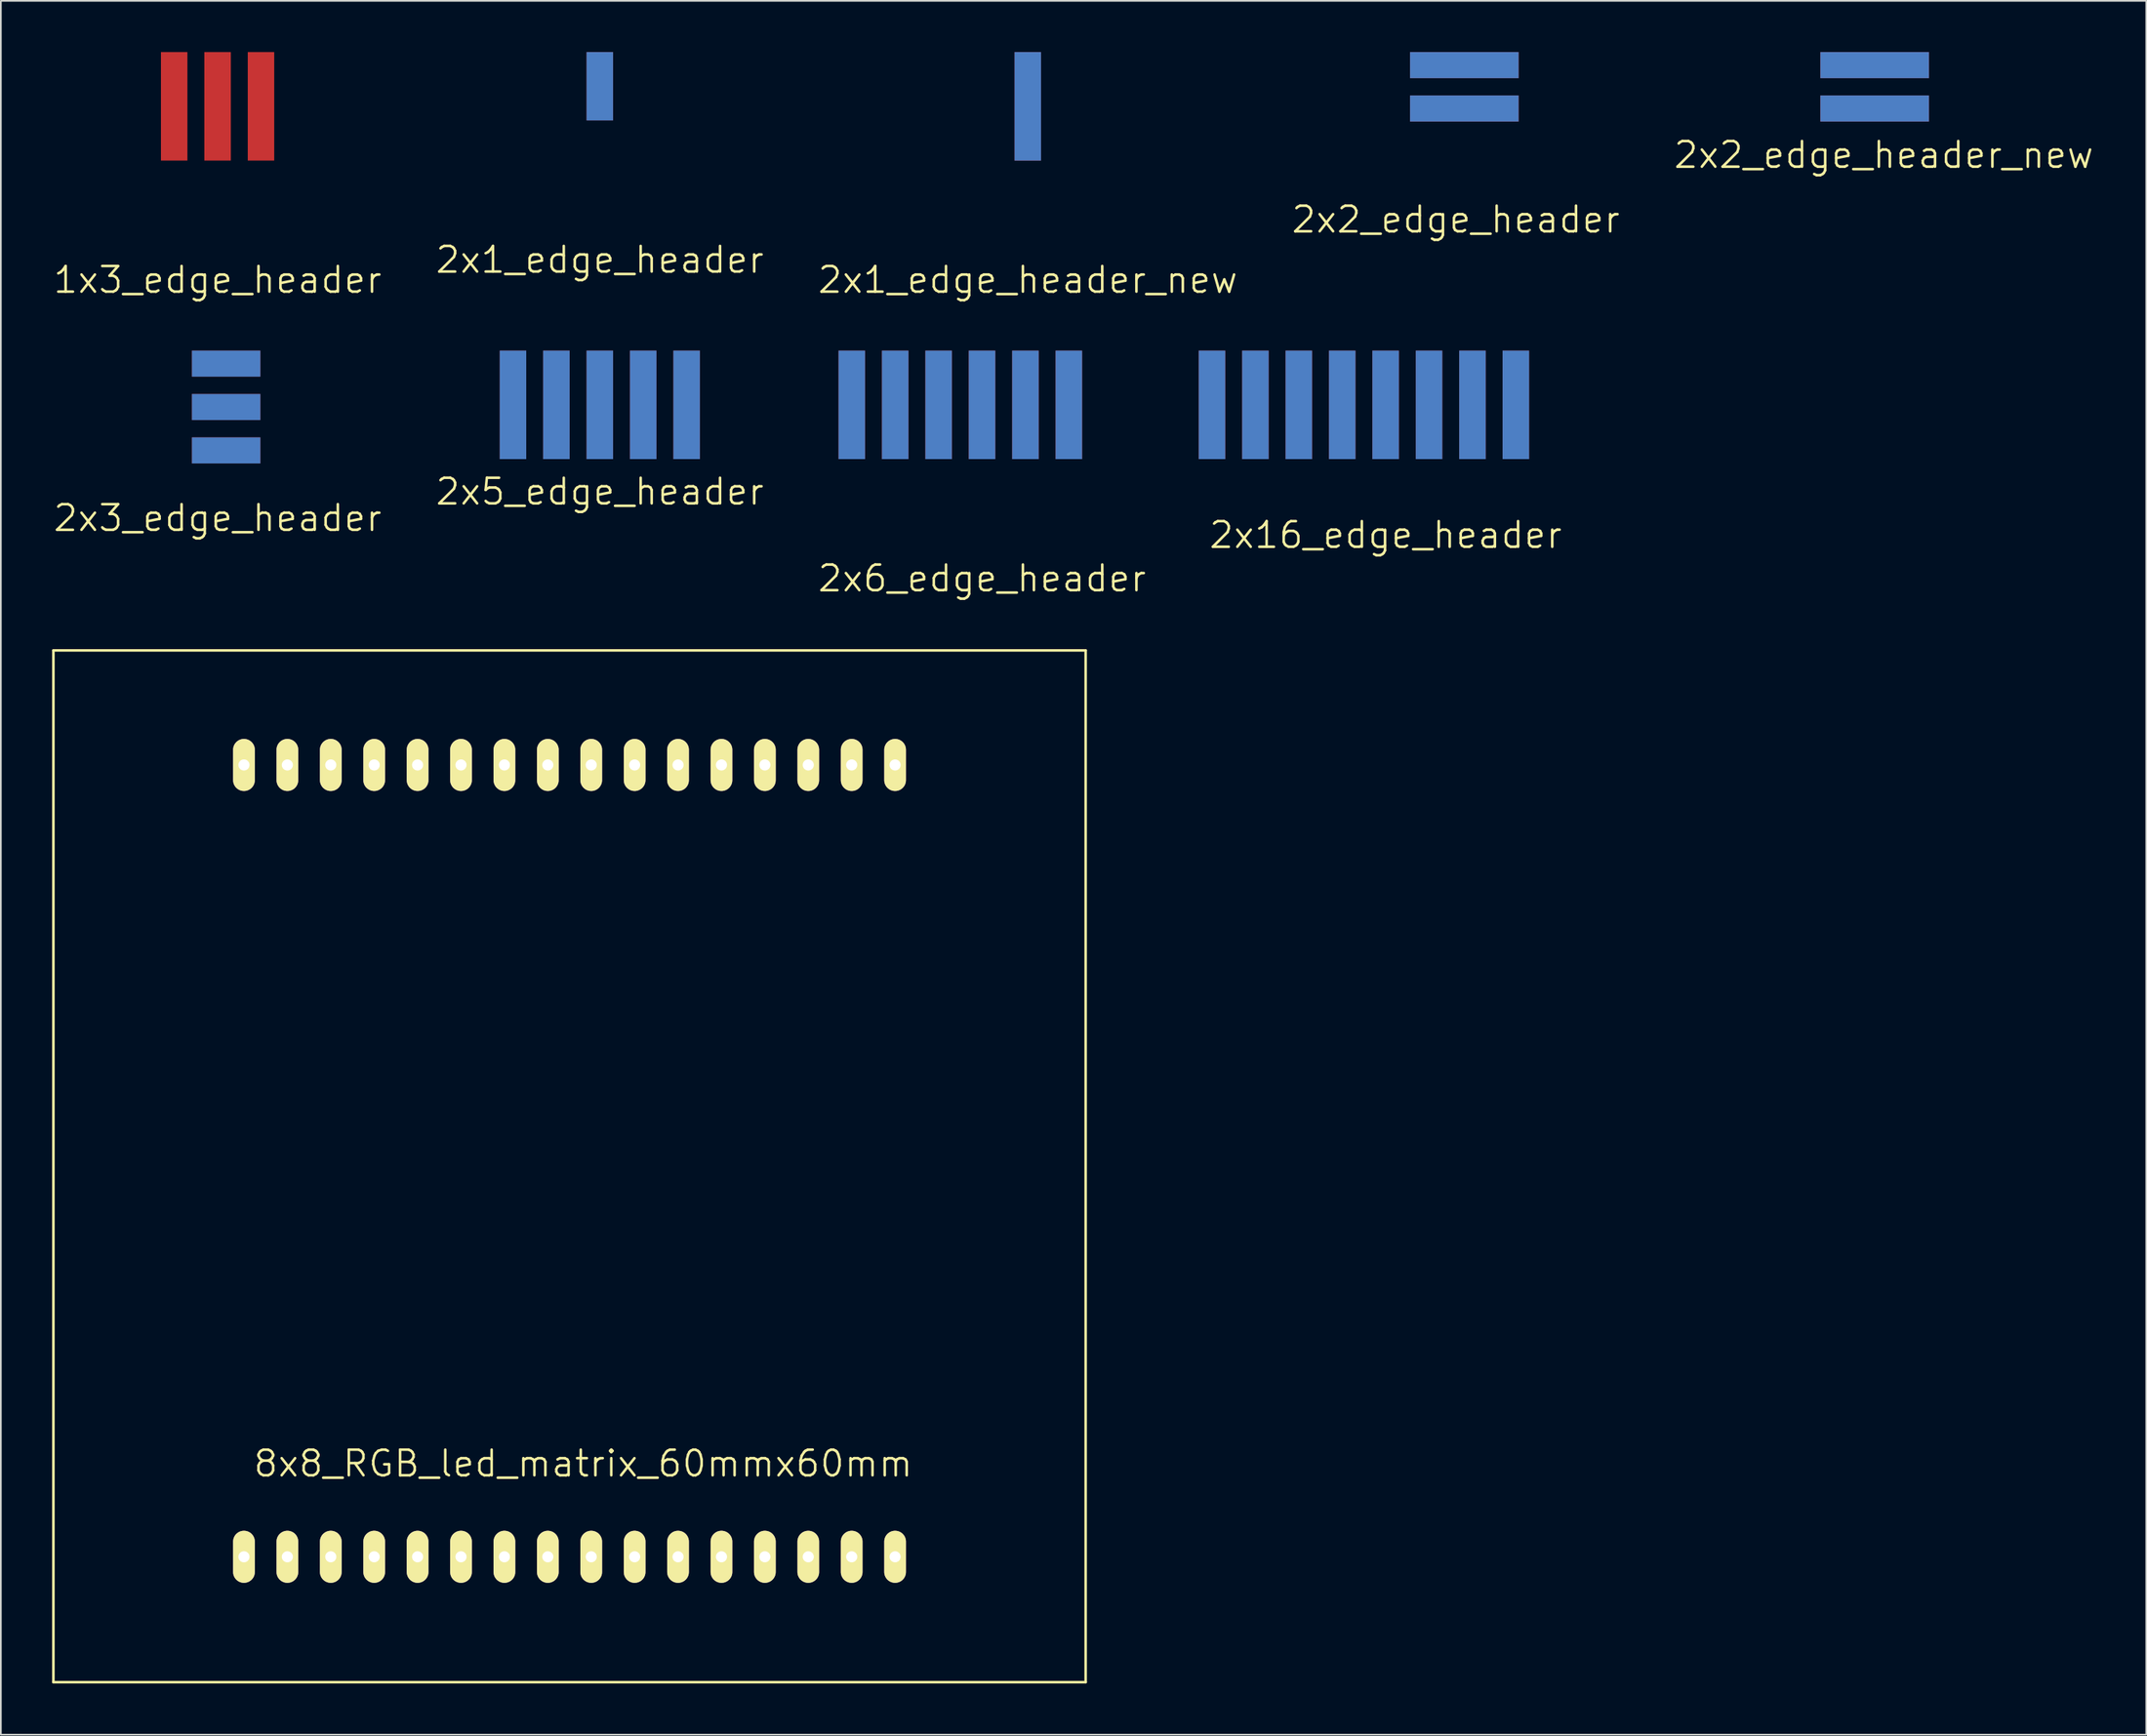
<source format=kicad_pcb>
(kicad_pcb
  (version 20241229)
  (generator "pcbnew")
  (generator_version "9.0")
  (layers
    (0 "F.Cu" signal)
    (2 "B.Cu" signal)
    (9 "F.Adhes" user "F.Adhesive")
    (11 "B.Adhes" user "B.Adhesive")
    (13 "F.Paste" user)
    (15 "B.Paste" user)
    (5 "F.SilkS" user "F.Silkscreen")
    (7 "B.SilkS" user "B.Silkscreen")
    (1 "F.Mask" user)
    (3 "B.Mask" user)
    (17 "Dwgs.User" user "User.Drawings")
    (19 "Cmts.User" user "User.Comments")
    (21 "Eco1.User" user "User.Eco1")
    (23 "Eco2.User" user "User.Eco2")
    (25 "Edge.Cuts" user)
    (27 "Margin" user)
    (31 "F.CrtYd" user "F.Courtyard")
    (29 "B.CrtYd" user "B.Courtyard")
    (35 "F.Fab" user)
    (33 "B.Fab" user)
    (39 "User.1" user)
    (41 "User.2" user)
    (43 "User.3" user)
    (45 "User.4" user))
  (footprint "2x6_edge_header"
    (layer "F.Cu")
    (at 54.411 20.651)
    (property "Reference" "2x6_edge_header" (at 0 10.16 0) (layer "F.SilkS") (effects (font (size 1.5 1.5) (thickness 0.15))))
    (attr through_hole)
    (pad "1" connect rect (at -7.62 0) (size 1.549 6.35) (layers "F.Mask" "B.Cu"))
    (pad "2" connect rect (at -7.62 0) (size 1.549 6.35) (layers "F.Cu" "F.Mask"))
    (pad "3" connect rect (at -5.08 0) (size 1.549 6.35) (layers "F.Mask" "B.Cu"))
    (pad "4" connect rect (at -5.08 0) (size 1.549 6.35) (layers "F.Cu" "F.Mask"))
    (pad "5" connect rect (at -2.54 0) (size 1.549 6.35) (layers "F.Mask" "B.Cu"))
    (pad "6" connect rect (at -2.54 0) (size 1.549 6.35) (layers "F.Cu" "F.Mask"))
    (pad "7" connect rect (at 0 0) (size 1.549 6.35) (layers "F.Mask" "B.Cu"))
    (pad "8" connect rect (at 0 0) (size 1.549 6.35) (layers "F.Cu" "F.Mask"))
    (pad "9" connect rect (at 2.54 0) (size 1.549 6.35) (layers "F.Mask" "B.Cu"))
    (pad "10" connect rect (at 2.54 0) (size 1.549 6.35) (layers "F.Cu" "F.Mask"))
    (pad "11" connect rect (at 5.08 0) (size 1.549 6.35) (layers "F.Mask" "B.Cu"))
    (pad "12" connect rect (at 5.08 0) (size 1.549 6.35) (layers "F.Cu" "F.Mask")))
  (footprint "2x3_edge_header"
    (layer "F.Cu")
    (at 10.182 20.778)
    (property "Reference" "2x3_edge_header" (at -0.5 6.5 0) (layer "F.SilkS") (effects (font (size 1.5 1.5) (thickness 0.15))))
    (attr through_hole)
    (pad "1" connect rect (at 0 -2.54) (size 4 1.524) (layers "*.Mask" "B.Cu"))
    (pad "2" connect rect (at 0 -2.54) (size 4 1.524) (layers "*.Mask" "F.Cu"))
    (pad "3" connect rect (at 0 0) (size 4 1.524) (layers "*.Mask" "B.Cu"))
    (pad "4" connect rect (at 0 0) (size 4 1.524) (layers "*.Mask" "F.Cu"))
    (pad "5" connect rect (at 0 2.54) (size 4 1.524) (layers "*.Mask" "B.Cu"))
    (pad "6" connect rect (at 0 2.54) (size 4 1.524) (layers "*.Mask" "F.Cu")))
  (footprint "2x1_edge_header_new"
    (layer "F.Cu")
    (at 57.089 3.175)
    (property "Reference" "2x1_edge_header_new" (at 0 10.16 0) (layer "F.SilkS") (effects (font (size 1.5 1.5) (thickness 0.15))))
    (attr through_hole)
    (pad "1" connect rect (at 0 0) (size 1.549 6.35) (layers "*.Mask" "B.Cu"))
    (pad "2" connect rect (at 0 0) (size 1.549 6.35) (layers "*.Mask" "F.Cu")))
  (footprint "2x16_edge_header"
    (layer "F.Cu")
    (at 78.028 20.651)
    (property "Reference" "2x16_edge_header" (at 0 7.62 0) (layer "F.SilkS") (effects (font (size 1.5 1.5) (thickness 0.15))))
    (attr through_hole)
    (pad "1" connect rect (at -10.16 0) (size 1.549 6.35) (layers "F.Mask" "B.Cu"))
    (pad "2" connect rect (at -10.16 0) (size 1.549 6.35) (layers "F.Cu" "F.Mask"))
    (pad "3" connect rect (at -7.62 0) (size 1.549 6.35) (layers "F.Mask" "B.Cu"))
    (pad "4" connect rect (at -7.62 0) (size 1.549 6.35) (layers "F.Cu" "F.Mask"))
    (pad "5" connect rect (at -5.08 0) (size 1.549 6.35) (layers "F.Mask" "B.Cu"))
    (pad "6" connect rect (at -5.08 0) (size 1.549 6.35) (layers "F.Cu" "F.Mask"))
    (pad "7" connect rect (at -2.54 0) (size 1.549 6.35) (layers "F.Mask" "B.Cu"))
    (pad "8" connect rect (at -2.54 0) (size 1.549 6.35) (layers "F.Cu" "F.Mask"))
    (pad "9" connect rect (at 0 0) (size 1.549 6.35) (layers "F.Mask" "B.Cu"))
    (pad "10" connect rect (at 0 0) (size 1.549 6.35) (layers "F.Cu" "F.Mask"))
    (pad "11" connect rect (at 2.54 0) (size 1.549 6.35) (layers "F.Mask" "B.Cu"))
    (pad "12" connect rect (at 2.54 0) (size 1.549 6.35) (layers "F.Cu" "F.Mask"))
    (pad "13" connect rect (at 5.08 0) (size 1.549 6.35) (layers "F.Mask" "B.Cu"))
    (pad "14" connect rect (at 5.08 0) (size 1.549 6.35) (layers "F.Cu" "F.Mask"))
    (pad "15" connect rect (at 7.62 0) (size 1.549 6.35) (layers "F.Mask" "B.Cu"))
    (pad "16" connect rect (at 7.62 0) (size 1.549 6.35) (layers "F.Cu" "F.Mask")))
  (footprint "2x2_edge_header_new"
    (layer "F.Cu")
    (at 106.642 3.302)
    (property "Reference" "2x2_edge_header_new" (at 0.533 2.718 0) (layer "F.SilkS") (effects (font (size 1.5 1.5) (thickness 0.15))))
    (attr through_hole)
    (pad "1" connect rect (at 0 -2.54) (size 6.35 1.524) (layers "B.Cu" "B.Mask"))
    (pad "2" connect rect (at 0 -2.54) (size 6.35 1.524) (layers "F.Cu" "F.Mask"))
    (pad "3" connect rect (at 0 0) (size 6.35 1.524) (layers "B.Cu" "B.Mask"))
    (pad "4" connect rect (at 0 0) (size 6.35 1.524) (layers "F.Cu" "F.Mask")))
  (footprint "2x1_edge_header"
    (layer "F.Cu")
    (at 32.046 2)
    (property "Reference" "2x1_edge_header" (at 0 10.16 0) (layer "F.SilkS") (effects (font (size 1.5 1.5) (thickness 0.15))))
    (attr through_hole)
    (pad "1" connect rect (at 0 0) (size 1.549 4) (layers "F.Mask" "B.Cu"))
    (pad "2" connect rect (at 0 0) (size 1.549 4) (layers "F.Cu" "F.Mask")))
  (footprint "2x5_edge_header"
    (layer "F.Cu")
    (at 32.046 20.651)
    (property "Reference" "2x5_edge_header" (at 0 5.08 0) (layer "F.SilkS") (effects (font (size 1.5 1.5) (thickness 0.15))))
    (attr through_hole)
    (pad "1" connect rect (at -5.08 0) (size 1.549 6.35) (layers "F.Mask" "B.Cu"))
    (pad "2" connect rect (at -5.08 0) (size 1.549 6.35) (layers "F.Cu" "F.Mask"))
    (pad "3" connect rect (at -2.54 0) (size 1.549 6.35) (layers "F.Mask" "B.Cu"))
    (pad "4" connect rect (at -2.54 0) (size 1.549 6.35) (layers "F.Cu" "F.Mask"))
    (pad "5" connect rect (at 0 0) (size 1.549 6.35) (layers "F.Mask" "B.Cu"))
    (pad "6" connect rect (at 0 0) (size 1.549 6.35) (layers "F.Cu" "F.Mask"))
    (pad "7" connect rect (at 2.54 0) (size 1.549 6.35) (layers "F.Mask" "B.Cu"))
    (pad "8" connect rect (at 2.54 0) (size 1.549 6.35) (layers "F.Cu" "F.Mask"))
    (pad "9" connect rect (at 5.08 0) (size 1.549 6.35) (layers "F.Mask" "B.Cu"))
    (pad "10" connect rect (at 5.08 0) (size 1.549 6.35) (layers "F.Cu" "F.Mask")))
  (footprint "1x3_edge_header"
    (layer "F.Cu")
    (at 9.682 3.175)
    (property "Reference" "1x3_edge_header" (at 0 10.16 0) (layer "F.SilkS") (effects (font (size 1.5 1.5) (thickness 0.15))))
    (attr through_hole)
    (pad "1" connect rect (at -2.54 0) (size 1.549 6.35) (layers "F.Cu" "F.Mask"))
    (pad "2" connect rect (at 0 0) (size 1.549 6.35) (layers "F.Cu" "F.Mask"))
    (pad "3" connect rect (at 2.54 0) (size 1.549 6.35) (layers "F.Cu" "F.Mask")))
  (footprint "2x2_edge_header"
    (layer "F.Cu")
    (at 82.632 3.302)
    (property "Reference" "2x2_edge_header" (at -0.5 6.5 0) (layer "F.SilkS") (effects (font (size 1.5 1.5) (thickness 0.15))))
    (attr through_hole)
    (pad "1" connect rect (at 0 -2.54) (size 6.35 1.524) (layers "B.Cu" "B.Mask"))
    (pad "2" connect rect (at 0 -2.54) (size 6.35 1.524) (layers "F.Cu" "F.Mask"))
    (pad "3" connect rect (at 0 0) (size 6.35 1.524) (layers "B.Cu" "B.Mask"))
    (pad "4" connect rect (at 0 0) (size 6.35 1.524) (layers "F.Cu" "F.Mask")))
  (footprint "8x8_RGB_led_matrix_60mmx60mm"
    (layer "F.Cu")
    (at 30.275 65.227)
    (property "Reference" "8x8_RGB_led_matrix_60mmx60mm" (at 0.8 17.4 0) (layer "F.SilkS") (effects (font (size 1.5 1.5) (thickness 0.15))))
    (attr through_hole)
    (fp_line (start -30.2 -30.2) (end -30.2 30.2) (stroke (width 0.15) (type solid)) (layer "F.SilkS"))
    (fp_line (start -30.2 30.2) (end 30.2 30.2) (stroke (width 0.15) (type solid)) (layer "F.SilkS"))
    (fp_line (start 30.2 -30.2) (end -30.2 -30.2) (stroke (width 0.15) (type solid)) (layer "F.SilkS"))
    (fp_line (start 30.2 30.2) (end 30.2 -30.2) (stroke (width 0.15) (type solid)) (layer "F.SilkS"))
    (pad "1" thru_hole oval (at -19.05 22.86) (size 1.27 3.048) (drill 0.65) (layers "*.Cu" "*.Mask" "F.SilkS"))
    (pad "2" thru_hole oval (at -16.51 22.86) (size 1.27 3.048) (drill 0.65) (layers "*.Cu" "*.Mask" "F.SilkS"))
    (pad "3" thru_hole oval (at -13.97 22.86) (size 1.27 3.048) (drill 0.65) (layers "*.Cu" "*.Mask" "F.SilkS"))
    (pad "4" thru_hole oval (at -11.43 22.86) (size 1.27 3.048) (drill 0.65) (layers "*.Cu" "*.Mask" "F.SilkS"))
    (pad "5" thru_hole oval (at -8.89 22.86) (size 1.27 3.048) (drill 0.65) (layers "*.Cu" "*.Mask" "F.SilkS"))
    (pad "6" thru_hole oval (at -6.35 22.86) (size 1.27 3.048) (drill 0.65) (layers "*.Cu" "*.Mask" "F.SilkS"))
    (pad "7" thru_hole oval (at -3.81 22.86) (size 1.27 3.048) (drill 0.65) (layers "*.Cu" "*.Mask" "F.SilkS"))
    (pad "8" thru_hole oval (at -1.27 22.86) (size 1.27 3.048) (drill 0.65) (layers "*.Cu" "*.Mask" "F.SilkS"))
    (pad "9" thru_hole oval (at 1.27 22.86) (size 1.27 3.048) (drill 0.65) (layers "*.Cu" "*.Mask" "F.SilkS"))
    (pad "10" thru_hole oval (at 3.81 22.86) (size 1.27 3.048) (drill 0.65) (layers "*.Cu" "*.Mask" "F.SilkS"))
    (pad "11" thru_hole oval (at 6.35 22.86) (size 1.27 3.048) (drill 0.65) (layers "*.Cu" "*.Mask" "F.SilkS"))
    (pad "12" thru_hole oval (at 8.89 22.86) (size 1.27 3.048) (drill 0.65) (layers "*.Cu" "*.Mask" "F.SilkS"))
    (pad "13" thru_hole oval (at 11.43 22.86) (size 1.27 3.048) (drill 0.65) (layers "*.Cu" "*.Mask" "F.SilkS"))
    (pad "14" thru_hole oval (at 13.97 22.86) (size 1.27 3.048) (drill 0.65) (layers "*.Cu" "*.Mask" "F.SilkS"))
    (pad "15" thru_hole oval (at 16.51 22.86) (size 1.27 3.048) (drill 0.65) (layers "*.Cu" "*.Mask" "F.SilkS"))
    (pad "16" thru_hole oval (at 19.05 22.86) (size 1.27 3.048) (drill 0.65) (layers "*.Cu" "*.Mask" "F.SilkS"))
    (pad "17" thru_hole oval (at 19.05 -23.495) (size 1.27 3.048) (drill 0.65) (layers "*.Cu" "*.Mask" "F.SilkS"))
    (pad "18" thru_hole oval (at 16.51 -23.495) (size 1.27 3.048) (drill 0.65) (layers "*.Cu" "*.Mask" "F.SilkS"))
    (pad "19" thru_hole oval (at 13.97 -23.495) (size 1.27 3.048) (drill 0.65) (layers "*.Cu" "*.Mask" "F.SilkS"))
    (pad "20" thru_hole oval (at 11.43 -23.495) (size 1.27 3.048) (drill 0.65) (layers "*.Cu" "*.Mask" "F.SilkS"))
    (pad "21" thru_hole oval (at 8.89 -23.495) (size 1.27 3.048) (drill 0.65) (layers "*.Cu" "*.Mask" "F.SilkS"))
    (pad "22" thru_hole oval (at 6.35 -23.495) (size 1.27 3.048) (drill 0.65) (layers "*.Cu" "*.Mask" "F.SilkS"))
    (pad "23" thru_hole oval (at 3.81 -23.495) (size 1.27 3.048) (drill 0.65) (layers "*.Cu" "*.Mask" "F.SilkS"))
    (pad "24" thru_hole oval (at 1.27 -23.495) (size 1.27 3.048) (drill 0.65) (layers "*.Cu" "*.Mask" "F.SilkS"))
    (pad "25" thru_hole oval (at -1.27 -23.495) (size 1.27 3.048) (drill 0.65) (layers "*.Cu" "*.Mask" "F.SilkS"))
    (pad "26" thru_hole oval (at -3.81 -23.495) (size 1.27 3.048) (drill 0.65) (layers "*.Cu" "*.Mask" "F.SilkS"))
    (pad "27" thru_hole oval (at -6.35 -23.495) (size 1.27 3.048) (drill 0.65) (layers "*.Cu" "*.Mask" "F.SilkS"))
    (pad "28" thru_hole oval (at -8.89 -23.495) (size 1.27 3.048) (drill 0.65) (layers "*.Cu" "*.Mask" "F.SilkS"))
    (pad "29" thru_hole oval (at -11.43 -23.495) (size 1.27 3.048) (drill 0.65) (layers "*.Cu" "*.Mask" "F.SilkS"))
    (pad "30" thru_hole oval (at -13.97 -23.495) (size 1.27 3.048) (drill 0.65) (layers "*.Cu" "*.Mask" "F.SilkS"))
    (pad "31" thru_hole oval (at -16.51 -23.495) (size 1.27 3.048) (drill 0.65) (layers "*.Cu" "*.Mask" "F.SilkS"))
    (pad "32" thru_hole oval (at -19.05 -23.495) (size 1.27 3.048) (drill 0.65) (layers "*.Cu" "*.Mask" "F.SilkS")))
  (gr_rect
    (start -3 -3)
    (end 122.536 98.501)
    (stroke (width 0.1) (type default))
    (fill no)
    (layer "Edge.Cuts")))
</source>
